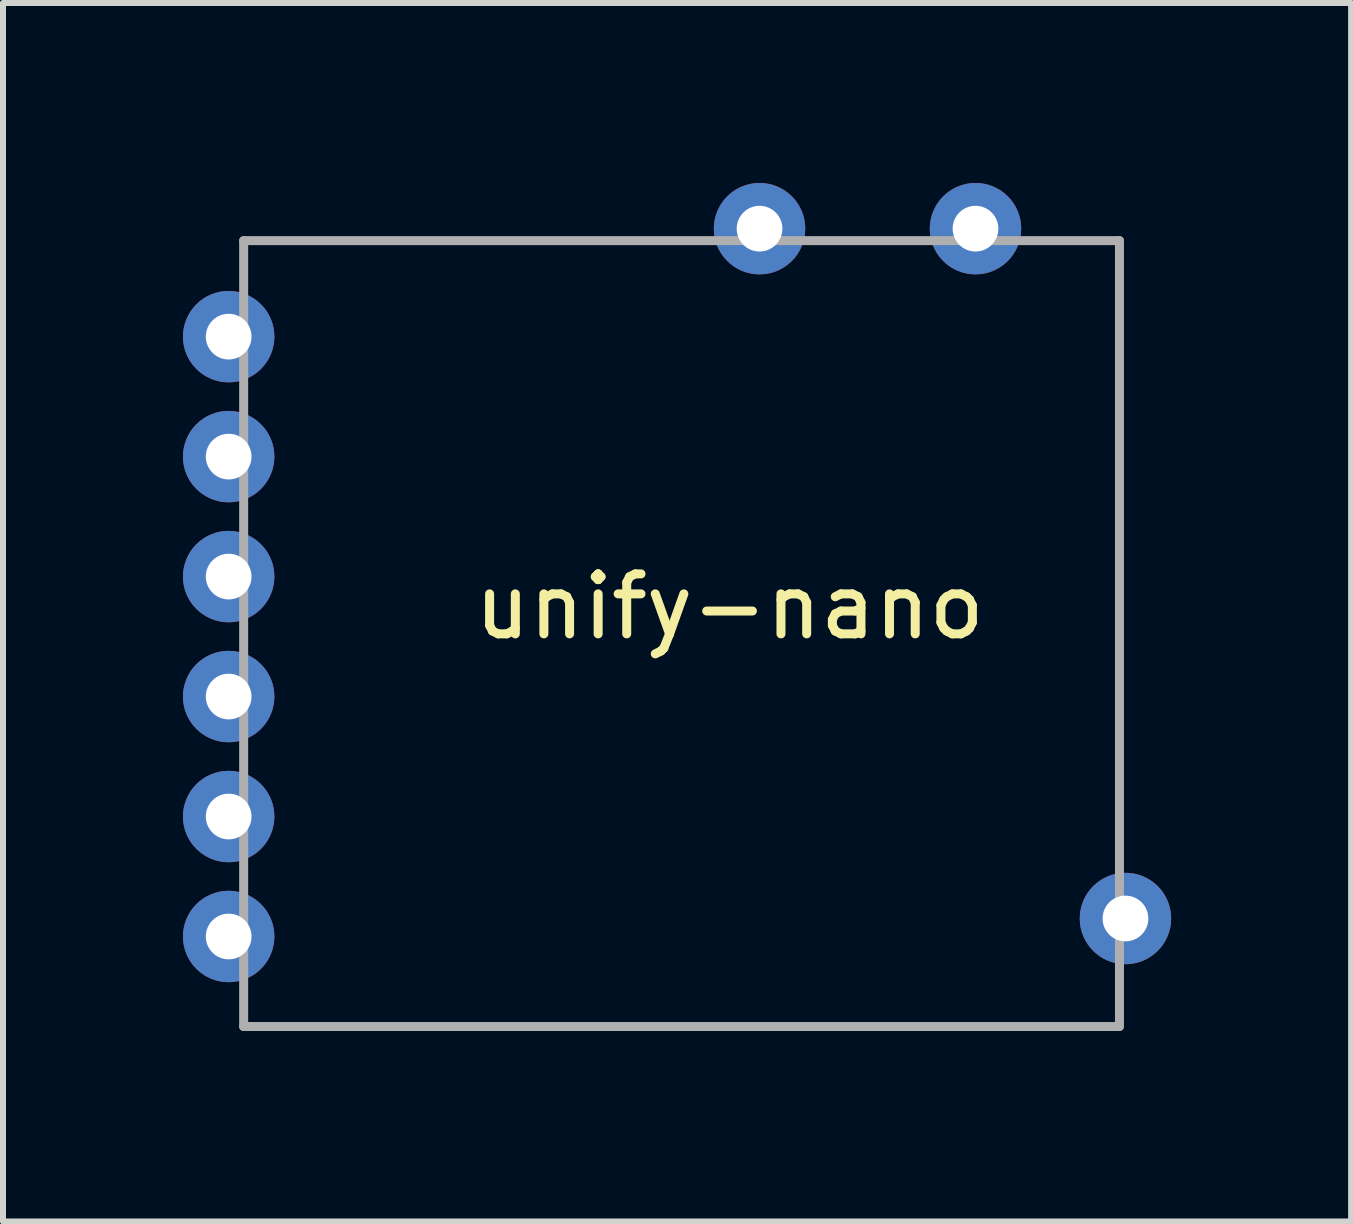
<source format=kicad_pcb>
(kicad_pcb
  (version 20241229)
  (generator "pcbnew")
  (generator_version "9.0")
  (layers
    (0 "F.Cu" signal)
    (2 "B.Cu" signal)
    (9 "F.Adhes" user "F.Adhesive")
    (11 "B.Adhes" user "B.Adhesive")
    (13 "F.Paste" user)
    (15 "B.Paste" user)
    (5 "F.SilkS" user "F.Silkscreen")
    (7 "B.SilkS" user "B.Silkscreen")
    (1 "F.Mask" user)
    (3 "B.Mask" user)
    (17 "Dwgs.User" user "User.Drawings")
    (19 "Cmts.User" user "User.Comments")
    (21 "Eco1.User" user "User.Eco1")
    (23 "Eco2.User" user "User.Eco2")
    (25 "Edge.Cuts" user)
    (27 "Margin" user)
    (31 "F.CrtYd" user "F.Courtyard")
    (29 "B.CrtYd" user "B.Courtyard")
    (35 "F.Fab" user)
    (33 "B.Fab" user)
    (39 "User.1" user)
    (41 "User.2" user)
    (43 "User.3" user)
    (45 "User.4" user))
  (footprint "unify-nano"
    (layer "F.Cu")
    (at 1.012 14.062)
    (property "Reference" "unify-nano" (at 8.1 -7 0) (layer "F.SilkS") (effects (font (size 1 1) (thickness 0.15))))
    (attr through_hole)
    (fp_line (start 0 0) (end 0 -13.1) (stroke (width 0.15) (type solid)) (layer "F.Fab"))
    (fp_line (start 0 0) (end 14.6 0) (stroke (width 0.15) (type solid)) (layer "F.Fab"))
    (fp_line (start 14.6 -13.1) (end 0 -13.1) (stroke (width 0.15) (type solid)) (layer "F.Fab"))
    (fp_line (start 14.6 0) (end 14.6 -13.1) (stroke (width 0.15) (type solid)) (layer "F.Fab"))
    (pad "1" thru_hole circle (at -0.25 -11.5) (size 1.524 1.524) (drill 0.762) (layers "*.Cu" "*.Mask"))
    (pad "2" thru_hole circle (at -0.25 -9.5) (size 1.524 1.524) (drill 0.762) (layers "*.Cu" "*.Mask"))
    (pad "3" thru_hole circle (at -0.25 -7.5) (size 1.524 1.524) (drill 0.762) (layers "*.Cu" "*.Mask"))
    (pad "4" thru_hole circle (at -0.25 -5.5) (size 1.524 1.524) (drill 0.762) (layers "*.Cu" "*.Mask"))
    (pad "5" thru_hole circle (at -0.25 -3.5) (size 1.524 1.524) (drill 0.762) (layers "*.Cu" "*.Mask"))
    (pad "6" thru_hole circle (at -0.25 -1.5) (size 1.524 1.524) (drill 0.762) (layers "*.Cu" "*.Mask"))
    (pad "7" thru_hole circle (at 14.7 -1.8) (size 1.524 1.524) (drill 0.762) (layers "*.Cu" "*.Mask"))
    (pad "9" thru_hole circle (at 12.2 -13.3) (size 1.524 1.524) (drill 0.762) (layers "*.Cu" "*.Mask"))
    (pad "10" thru_hole circle (at 8.6 -13.3) (size 1.524 1.524) (drill 0.762) (layers "*.Cu" "*.Mask")))
  (gr_rect
    (start -3 -3)
    (end 19.474 17.312)
    (stroke (width 0.1) (type default))
    (fill no)
    (layer "Edge.Cuts")))
</source>
